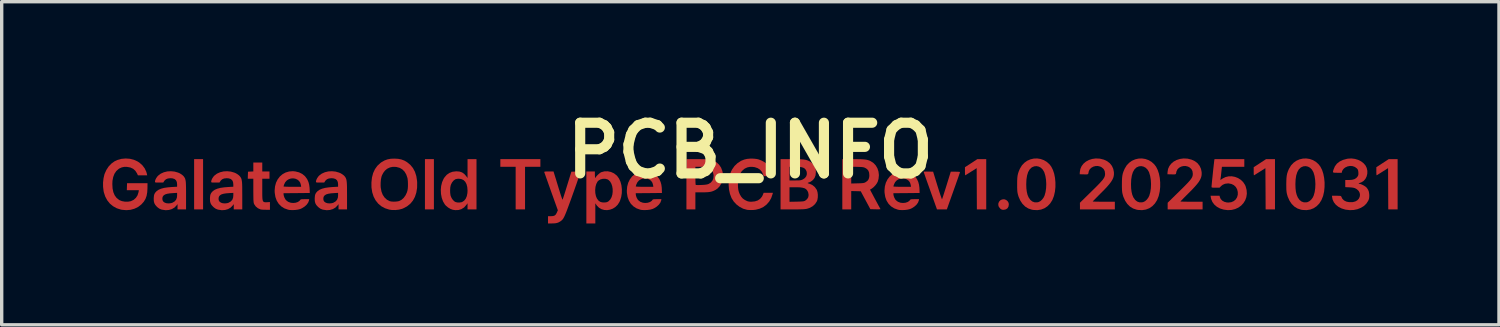
<source format=kicad_pcb>
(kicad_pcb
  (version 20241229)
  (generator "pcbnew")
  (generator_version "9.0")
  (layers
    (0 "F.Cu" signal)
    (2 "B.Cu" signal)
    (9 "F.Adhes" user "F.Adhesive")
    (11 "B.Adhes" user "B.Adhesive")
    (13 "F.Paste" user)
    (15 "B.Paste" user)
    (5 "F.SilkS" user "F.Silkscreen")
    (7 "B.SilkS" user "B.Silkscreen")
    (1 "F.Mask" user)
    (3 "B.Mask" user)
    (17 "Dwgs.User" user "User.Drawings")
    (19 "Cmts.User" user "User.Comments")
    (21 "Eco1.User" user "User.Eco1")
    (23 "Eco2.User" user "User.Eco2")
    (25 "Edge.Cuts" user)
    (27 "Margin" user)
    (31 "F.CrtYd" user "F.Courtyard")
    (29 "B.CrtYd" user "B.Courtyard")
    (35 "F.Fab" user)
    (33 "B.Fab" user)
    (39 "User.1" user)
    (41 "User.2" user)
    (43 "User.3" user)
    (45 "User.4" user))
  (footprint "PCB_INFO"
    (layer "F.Cu")
    (at 19.159 2.404)
    (property "Reference" "PCB_INFO" (at 0 -1 0) (layer "F.SilkS") (effects (font (size 1.5 1.5) (thickness 0.3))))
    (attr board_only exclude_from_pos_files exclude_from_bom)
    (fp_poly (pts (xy -16.198 -0.000001) (xy -16.198 0.744) (xy -16.33 0.744) (xy -16.463 0.744) (xy -16.463 -0.000001) (xy -16.463 -0.744) (xy -16.33 -0.744) (xy -16.198 -0.744)) (stroke (width 0) (type solid)) (fill yes) (layers "F.Cu" "F.Mask"))
    (fp_poly (pts (xy -9.366 -0.000001) (xy -9.366 0.744) (xy -9.498 0.744) (xy -9.631 0.744) (xy -9.631 -0.000001) (xy -9.631 -0.744) (xy -9.498 -0.744) (xy -9.366 -0.744)) (stroke (width 0) (type solid)) (fill yes) (layers "F.Cu" "F.Mask"))
    (fp_poly (pts (xy -6.214 -0.63) (xy -6.214 -0.517) (xy -6.441 -0.517) (xy -6.668 -0.517) (xy -6.668 0.113) (xy -6.668 0.744) (xy -6.807 0.744) (xy -6.946 0.744) (xy -6.946 0.113) (xy -6.946 -0.517) (xy -7.173 -0.517) (xy -7.399 -0.517) (xy -7.399 -0.63) (xy -7.399 -0.744) (xy -6.807 -0.744) (xy -6.214 -0.744)) (stroke (width 0) (type solid)) (fill yes) (layers "F.Cu" "F.Mask"))
    (fp_poly (pts (xy 7.518 0.445) (xy 7.572 0.464) (xy 7.616 0.501) (xy 7.644 0.549) (xy 7.652 0.593) (xy 7.642 0.659) (xy 7.613 0.709) (xy 7.567 0.742) (xy 7.505 0.756) (xy 7.494 0.756) (xy 7.453 0.753) (xy 7.42 0.738) (xy 7.392 0.715) (xy 7.355 0.667) (xy 7.34 0.615) (xy 7.343 0.562) (xy 7.364 0.514) (xy 7.4 0.475) (xy 7.448 0.451) (xy 7.506 0.444)) (stroke (width 0) (type solid)) (fill yes) (layers "F.Cu" "F.Mask"))
    (fp_poly (pts (xy 6.983 -0.000001) (xy 6.983 0.744) (xy 6.845 0.744) (xy 6.706 0.744) (xy 6.703 0.133) (xy 6.7 -0.477) (xy 6.533 -0.371) (xy 6.476 -0.335) (xy 6.426 -0.304) (xy 6.388 -0.28) (xy 6.365 -0.267) (xy 6.36 -0.265) (xy 6.357 -0.276) (xy 6.355 -0.308) (xy 6.353 -0.354) (xy 6.353 -0.385) (xy 6.353 -0.505) (xy 6.537 -0.624) (xy 6.72 -0.744) (xy 6.852 -0.744) (xy 6.983 -0.744)) (stroke (width 0) (type solid)) (fill yes) (layers "F.Cu" "F.Mask"))
    (fp_poly (pts (xy 15.53 -0.000001) (xy 15.53 0.744) (xy 15.391 0.744) (xy 15.253 0.744) (xy 15.25 0.133) (xy 15.246 -0.477) (xy 15.08 -0.371) (xy 15.023 -0.335) (xy 14.973 -0.304) (xy 14.935 -0.28) (xy 14.912 -0.267) (xy 14.907 -0.265) (xy 14.904 -0.276) (xy 14.901 -0.308) (xy 14.9 -0.354) (xy 14.9 -0.385) (xy 14.9 -0.505) (xy 15.083 -0.624) (xy 15.266 -0.744) (xy 15.398 -0.744) (xy 15.53 -0.744)) (stroke (width 0) (type solid)) (fill yes) (layers "F.Cu" "F.Mask"))
    (fp_poly (pts (xy 19.16 -0.000001) (xy 19.16 0.744) (xy 19.022 0.744) (xy 18.883 0.744) (xy 18.88 0.133) (xy 18.877 -0.477) (xy 18.71 -0.371) (xy 18.653 -0.335) (xy 18.603 -0.304) (xy 18.565 -0.28) (xy 18.542 -0.267) (xy 18.537 -0.265) (xy 18.534 -0.276) (xy 18.532 -0.308) (xy 18.53 -0.354) (xy 18.53 -0.385) (xy 18.53 -0.505) (xy 18.713 -0.624) (xy 18.897 -0.744) (xy 19.029 -0.744) (xy 19.16 -0.744)) (stroke (width 0) (type solid)) (fill yes) (layers "F.Cu" "F.Mask"))
    (fp_poly (pts (xy 5.271 -0.375) (xy 5.411 -0.372) (xy 5.538 0.041) (xy 5.568 0.137) (xy 5.596 0.225) (xy 5.621 0.302) (xy 5.643 0.365) (xy 5.659 0.411) (xy 5.67 0.438) (xy 5.674 0.444) (xy 5.68 0.43) (xy 5.692 0.395) (xy 5.71 0.342) (xy 5.732 0.273) (xy 5.758 0.191) (xy 5.787 0.1) (xy 5.808 0.032) (xy 5.933 -0.372) (xy 6.071 -0.372) (xy 6.132 -0.371) (xy 6.172 -0.369) (xy 6.195 -0.366) (xy 6.204 -0.359) (xy 6.205 -0.353) (xy 6.2 -0.337) (xy 6.187 -0.301) (xy 6.168 -0.245) (xy 6.143 -0.173) (xy 6.113 -0.088) (xy 6.079 0.009) (xy 6.041 0.115) (xy 6.009 0.205) (xy 5.817 0.744) (xy 5.671 0.744) (xy 5.525 0.744) (xy 5.328 0.192) (xy 5.288 0.079) (xy 5.25 -0.026) (xy 5.216 -0.121) (xy 5.187 -0.204) (xy 5.163 -0.273) (xy 5.145 -0.325) (xy 5.134 -0.358) (xy 5.13 -0.37) (xy 5.142 -0.373) (xy 5.174 -0.375) (xy 5.221 -0.376)) (stroke (width 0) (type solid)) (fill yes) (layers "F.Cu" "F.Mask"))
    (fp_poly (pts (xy -14.446 -0.511) (xy -14.446 -0.378) (xy -14.339 -0.378) (xy -14.232 -0.378) (xy -14.232 -0.271) (xy -14.232 -0.164) (xy -14.339 -0.164) (xy -14.446 -0.164) (xy -14.446 0.158) (xy -14.446 0.266) (xy -14.445 0.351) (xy -14.442 0.416) (xy -14.436 0.464) (xy -14.425 0.497) (xy -14.409 0.518) (xy -14.385 0.529) (xy -14.354 0.533) (xy -14.314 0.532) (xy -14.273 0.53) (xy -14.219 0.527) (xy -14.219 0.642) (xy -14.219 0.756) (xy -14.342 0.755) (xy -14.399 0.754) (xy -14.449 0.751) (xy -14.485 0.747) (xy -14.496 0.745) (xy -14.576 0.709) (xy -14.64 0.656) (xy -14.686 0.589) (xy -14.691 0.577) (xy -14.697 0.559) (xy -14.702 0.533) (xy -14.705 0.498) (xy -14.708 0.451) (xy -14.709 0.387) (xy -14.71 0.305) (xy -14.711 0.201) (xy -14.711 0.183) (xy -14.711 -0.164) (xy -14.793 -0.164) (xy -14.875 -0.164) (xy -14.872 -0.268) (xy -14.868 -0.372) (xy -14.789 -0.376) (xy -14.711 -0.379) (xy -14.711 -0.511) (xy -14.711 -0.643) (xy -14.578 -0.643) (xy -14.446 -0.643)) (stroke (width 0) (type solid)) (fill yes) (layers "F.Cu" "F.Mask"))
    (fp_poly (pts (xy -1.487 -0.743) (xy -1.401 -0.742) (xy -1.324 -0.74) (xy -1.26 -0.737) (xy -1.214 -0.733) (xy -1.196 -0.731) (xy -1.089 -0.699) (xy -0.998 -0.648) (xy -0.923 -0.578) (xy -0.865 -0.491) (xy -0.827 -0.388) (xy -0.817 -0.342) (xy -0.809 -0.233) (xy -0.822 -0.128) (xy -0.854 -0.031) (xy -0.904 0.055) (xy -0.97 0.126) (xy -1.034 0.169) (xy -1.085 0.194) (xy -1.135 0.213) (xy -1.19 0.226) (xy -1.254 0.234) (xy -1.333 0.238) (xy -1.428 0.239) (xy -1.626 0.24) (xy -1.626 0.492) (xy -1.626 0.744) (xy -1.758 0.744) (xy -1.891 0.744) (xy -1.891 -0.000001) (xy -1.891 -0.254) (xy -1.626 -0.254) (xy -1.626 -0.175) (xy -1.624 -0.105) (xy -1.623 -0.047) (xy -1.62 -0.005) (xy -1.617 0.016) (xy -1.617 0.018) (xy -1.601 0.022) (xy -1.566 0.023) (xy -1.515 0.023) (xy -1.455 0.022) (xy -1.447 0.021) (xy -1.368 0.017) (xy -1.308 0.01) (xy -1.264 0.001) (xy -1.233 -0.01) (xy -1.168 -0.051) (xy -1.121 -0.109) (xy -1.093 -0.18) (xy -1.087 -0.261) (xy -1.089 -0.282) (xy -1.109 -0.364) (xy -1.148 -0.428) (xy -1.205 -0.476) (xy -1.272 -0.504) (xy -1.302 -0.509) (xy -1.351 -0.513) (xy -1.411 -0.516) (xy -1.472 -0.517) (xy -1.626 -0.517) (xy -1.626 -0.254) (xy -1.891 -0.254) (xy -1.891 -0.744) (xy -1.577 -0.744)) (stroke (width 0) (type solid)) (fill yes) (layers "F.Cu" "F.Mask"))
    (fp_poly (pts (xy -8.105 -0.000001) (xy -8.105 0.744) (xy -8.238 0.744) (xy -8.37 0.744) (xy -8.37 0.654) (xy -8.37 0.563) (xy -8.406 0.613) (xy -8.472 0.686) (xy -8.549 0.735) (xy -8.636 0.762) (xy -8.733 0.766) (xy -8.806 0.755) (xy -8.875 0.73) (xy -8.946 0.688) (xy -9.009 0.635) (xy -9.041 0.599) (xy -9.096 0.507) (xy -9.134 0.401) (xy -9.156 0.286) (xy -9.161 0.174) (xy -8.886 0.174) (xy -8.884 0.255) (xy -8.874 0.327) (xy -8.868 0.348) (xy -8.842 0.408) (xy -8.804 0.463) (xy -8.76 0.506) (xy -8.73 0.524) (xy -8.678 0.538) (xy -8.616 0.541) (xy -8.556 0.533) (xy -8.53 0.525) (xy -8.472 0.487) (xy -8.425 0.429) (xy -8.392 0.353) (xy -8.374 0.261) (xy -8.37 0.189) (xy -8.378 0.082) (xy -8.401 -0.006) (xy -8.439 -0.076) (xy -8.492 -0.126) (xy -8.558 -0.155) (xy -8.628 -0.164) (xy -8.674 -0.161) (xy -8.716 -0.152) (xy -8.734 -0.146) (xy -8.785 -0.108) (xy -8.83 -0.052) (xy -8.862 0.012) (xy -8.867 0.027) (xy -8.881 0.094) (xy -8.886 0.174) (xy -9.161 0.174) (xy -9.162 0.168) (xy -9.151 0.05) (xy -9.123 -0.062) (xy -9.079 -0.162) (xy -9.054 -0.201) (xy -8.986 -0.28) (xy -8.905 -0.336) (xy -8.813 -0.37) (xy -8.707 -0.383) (xy -8.698 -0.383) (xy -8.608 -0.376) (xy -8.533 -0.351) (xy -8.469 -0.307) (xy -8.41 -0.24) (xy -8.406 -0.235) (xy -8.37 -0.185) (xy -8.37 -0.465) (xy -8.37 -0.744) (xy -8.238 -0.744) (xy -8.105 -0.744)) (stroke (width 0) (type solid)) (fill yes) (layers "F.Cu" "F.Mask"))
    (fp_poly (pts (xy 10.336 -0.759) (xy 10.355 -0.756) (xy 10.467 -0.728) (xy 10.563 -0.682) (xy 10.642 -0.621) (xy 10.703 -0.544) (xy 10.743 -0.455) (xy 10.762 -0.358) (xy 10.763 -0.3) (xy 10.757 -0.244) (xy 10.742 -0.189) (xy 10.715 -0.132) (xy 10.677 -0.07) (xy 10.625 -0.002) (xy 10.558 0.076) (xy 10.474 0.165) (xy 10.378 0.261) (xy 10.314 0.325) (xy 10.257 0.383) (xy 10.208 0.433) (xy 10.169 0.472) (xy 10.144 0.498) (xy 10.135 0.51) (xy 10.135 0.51) (xy 10.147 0.512) (xy 10.181 0.513) (xy 10.233 0.515) (xy 10.301 0.516) (xy 10.381 0.517) (xy 10.463 0.517) (xy 10.79 0.517) (xy 10.79 0.63) (xy 10.79 0.744) (xy 10.273 0.744) (xy 9.757 0.744) (xy 9.757 0.646) (xy 9.756 0.548) (xy 10.096 0.214) (xy 10.193 0.119) (xy 10.273 0.039) (xy 10.338 -0.028) (xy 10.389 -0.084) (xy 10.429 -0.13) (xy 10.457 -0.17) (xy 10.477 -0.204) (xy 10.49 -0.235) (xy 10.497 -0.265) (xy 10.5 -0.296) (xy 10.5 -0.315) (xy 10.49 -0.39) (xy 10.458 -0.451) (xy 10.405 -0.498) (xy 10.359 -0.523) (xy 10.289 -0.54) (xy 10.219 -0.539) (xy 10.152 -0.521) (xy 10.093 -0.488) (xy 10.047 -0.443) (xy 10.019 -0.387) (xy 10.015 -0.368) (xy 10.008 -0.333) (xy 10.001 -0.31) (xy 9.987 -0.297) (xy 9.962 -0.292) (xy 9.92 -0.291) (xy 9.873 -0.293) (xy 9.75 -0.296) (xy 9.753 -0.362) (xy 9.769 -0.454) (xy 9.806 -0.537) (xy 9.862 -0.61) (xy 9.935 -0.671) (xy 10.021 -0.718) (xy 10.118 -0.749) (xy 10.224 -0.764)) (stroke (width 0) (type solid)) (fill yes) (layers "F.Cu" "F.Mask"))
    (fp_poly (pts (xy 12.932 -0.759) (xy 12.952 -0.756) (xy 13.063 -0.728) (xy 13.16 -0.682) (xy 13.239 -0.621) (xy 13.299 -0.544) (xy 13.34 -0.455) (xy 13.359 -0.358) (xy 13.36 -0.3) (xy 13.354 -0.244) (xy 13.338 -0.189) (xy 13.312 -0.132) (xy 13.274 -0.07) (xy 13.222 -0.002) (xy 13.154 0.076) (xy 13.071 0.165) (xy 12.975 0.261) (xy 12.911 0.325) (xy 12.853 0.383) (xy 12.804 0.433) (xy 12.766 0.472) (xy 12.741 0.498) (xy 12.732 0.51) (xy 12.732 0.51) (xy 12.744 0.512) (xy 12.778 0.513) (xy 12.83 0.515) (xy 12.898 0.516) (xy 12.978 0.517) (xy 13.059 0.517) (xy 13.387 0.517) (xy 13.387 0.63) (xy 13.387 0.744) (xy 12.87 0.744) (xy 12.353 0.744) (xy 12.353 0.646) (xy 12.353 0.548) (xy 12.693 0.214) (xy 12.79 0.119) (xy 12.87 0.039) (xy 12.935 -0.028) (xy 12.986 -0.084) (xy 13.025 -0.13) (xy 13.054 -0.17) (xy 13.074 -0.204) (xy 13.087 -0.235) (xy 13.094 -0.265) (xy 13.097 -0.296) (xy 13.097 -0.315) (xy 13.087 -0.39) (xy 13.055 -0.451) (xy 13.002 -0.498) (xy 12.955 -0.523) (xy 12.886 -0.54) (xy 12.816 -0.539) (xy 12.748 -0.521) (xy 12.69 -0.488) (xy 12.644 -0.443) (xy 12.616 -0.387) (xy 12.611 -0.368) (xy 12.605 -0.333) (xy 12.598 -0.31) (xy 12.584 -0.297) (xy 12.558 -0.292) (xy 12.517 -0.291) (xy 12.47 -0.293) (xy 12.347 -0.296) (xy 12.35 -0.362) (xy 12.365 -0.454) (xy 12.403 -0.537) (xy 12.459 -0.61) (xy 12.531 -0.671) (xy 12.618 -0.718) (xy 12.715 -0.749) (xy 12.821 -0.764)) (stroke (width 0) (type solid)) (fill yes) (layers "F.Cu" "F.Mask"))
    (fp_poly (pts (xy -4.125 -0.364) (xy -4.035 -0.323) (xy -3.956 -0.261) (xy -3.942 -0.247) (xy -3.886 -0.169) (xy -3.843 -0.074) (xy -3.815 0.032) (xy -3.802 0.146) (xy -3.804 0.263) (xy -3.822 0.377) (xy -3.856 0.485) (xy -3.876 0.529) (xy -3.929 0.61) (xy -3.995 0.674) (xy -4.071 0.722) (xy -4.153 0.752) (xy -4.239 0.766) (xy -4.324 0.761) (xy -4.404 0.738) (xy -4.477 0.696) (xy -4.539 0.635) (xy -4.553 0.615) (xy -4.588 0.563) (xy -4.588 0.862) (xy -4.588 1.16) (xy -4.721 1.16) (xy -4.853 1.16) (xy -4.853 0.391) (xy -4.853 0.168) (xy -4.592 0.168) (xy -4.588 0.262) (xy -4.57 0.35) (xy -4.542 0.418) (xy -4.499 0.479) (xy -4.447 0.518) (xy -4.383 0.537) (xy -4.322 0.539) (xy -4.271 0.535) (xy -4.234 0.525) (xy -4.202 0.507) (xy -4.192 0.499) (xy -4.143 0.448) (xy -4.107 0.382) (xy -4.084 0.306) (xy -4.074 0.223) (xy -4.075 0.139) (xy -4.088 0.058) (xy -4.113 -0.017) (xy -4.149 -0.08) (xy -4.197 -0.127) (xy -4.231 -0.147) (xy -4.297 -0.163) (xy -4.367 -0.161) (xy -4.434 -0.144) (xy -4.491 -0.111) (xy -4.524 -0.078) (xy -4.56 -0.008) (xy -4.583 0.076) (xy -4.592 0.168) (xy -4.853 0.168) (xy -4.853 -0.378) (xy -4.727 -0.378) (xy -4.601 -0.378) (xy -4.601 -0.284) (xy -4.599 -0.236) (xy -4.595 -0.203) (xy -4.589 -0.189) (xy -4.588 -0.189) (xy -4.576 -0.198) (xy -4.576 -0.2) (xy -4.567 -0.22) (xy -4.543 -0.25) (xy -4.51 -0.283) (xy -4.473 -0.316) (xy -4.438 -0.343) (xy -4.413 -0.357) (xy -4.318 -0.382) (xy -4.221 -0.384)) (stroke (width 0) (type solid)) (fill yes) (layers "F.Cu" "F.Mask"))
    (fp_poly (pts (xy -5.787 -0.255) (xy -5.772 -0.207) (xy -5.751 -0.141) (xy -5.727 -0.06) (xy -5.7 0.028) (xy -5.672 0.12) (xy -5.657 0.167) (xy -5.632 0.248) (xy -5.609 0.321) (xy -5.589 0.381) (xy -5.573 0.425) (xy -5.562 0.451) (xy -5.558 0.457) (xy -5.552 0.443) (xy -5.54 0.408) (xy -5.522 0.354) (xy -5.5 0.285) (xy -5.474 0.203) (xy -5.446 0.112) (xy -5.423 0.038) (xy -5.297 -0.372) (xy -5.168 -0.375) (xy -5.113 -0.376) (xy -5.067 -0.375) (xy -5.037 -0.372) (xy -5.029 -0.369) (xy -5.031 -0.356) (xy -5.041 -0.321) (xy -5.059 -0.267) (xy -5.082 -0.195) (xy -5.112 -0.109) (xy -5.146 -0.01) (xy -5.185 0.1) (xy -5.227 0.219) (xy -5.255 0.297) (xy -5.309 0.448) (xy -5.356 0.576) (xy -5.396 0.685) (xy -5.43 0.776) (xy -5.459 0.85) (xy -5.485 0.911) (xy -5.507 0.959) (xy -5.527 0.997) (xy -5.546 1.027) (xy -5.565 1.05) (xy -5.584 1.069) (xy -5.604 1.085) (xy -5.624 1.099) (xy -5.672 1.127) (xy -5.721 1.145) (xy -5.779 1.156) (xy -5.852 1.159) (xy -5.877 1.16) (xy -5.988 1.16) (xy -5.988 1.053) (xy -5.988 0.945) (xy -5.901 0.945) (xy -5.838 0.941) (xy -5.793 0.926) (xy -5.759 0.896) (xy -5.731 0.848) (xy -5.725 0.833) (xy -5.697 0.77) (xy -5.895 0.218) (xy -5.935 0.105) (xy -5.973 -0.001) (xy -6.007 -0.098) (xy -6.037 -0.183) (xy -6.062 -0.254) (xy -6.081 -0.308) (xy -6.094 -0.343) (xy -6.098 -0.356) (xy -6.098 -0.366) (xy -6.091 -0.372) (xy -6.072 -0.376) (xy -6.036 -0.378) (xy -5.98 -0.378) (xy -5.964 -0.378) (xy -5.825 -0.378)) (stroke (width 0) (type solid)) (fill yes) (layers "F.Cu" "F.Mask"))
    (fp_poly (pts (xy 3.16 -0.743) (xy 3.254 -0.742) (xy 3.33 -0.738) (xy 3.391 -0.733) (xy 3.441 -0.726) (xy 3.484 -0.715) (xy 3.523 -0.702) (xy 3.56 -0.684) (xy 3.561 -0.684) (xy 3.645 -0.629) (xy 3.713 -0.557) (xy 3.763 -0.471) (xy 3.794 -0.375) (xy 3.806 -0.272) (xy 3.796 -0.164) (xy 3.775 -0.085) (xy 3.748 -0.031) (xy 3.706 0.027) (xy 3.655 0.081) (xy 3.603 0.123) (xy 3.595 0.128) (xy 3.566 0.145) (xy 3.547 0.157) (xy 3.544 0.159) (xy 3.549 0.17) (xy 3.564 0.199) (xy 3.588 0.244) (xy 3.618 0.3) (xy 3.652 0.365) (xy 3.689 0.434) (xy 3.727 0.504) (xy 3.764 0.572) (xy 3.797 0.634) (xy 3.826 0.686) (xy 3.848 0.726) (xy 3.854 0.735) (xy 3.844 0.738) (xy 3.814 0.741) (xy 3.768 0.742) (xy 3.71 0.741) (xy 3.706 0.741) (xy 3.553 0.737) (xy 3.411 0.473) (xy 3.269 0.208) (xy 3.128 0.204) (xy 2.987 0.201) (xy 2.987 0.472) (xy 2.987 0.744) (xy 2.855 0.744) (xy 2.723 0.744) (xy 2.723 -0.000001) (xy 2.723 -0.271) (xy 2.987 -0.271) (xy 2.987 -0.022) (xy 3.173 -0.027) (xy 3.247 -0.029) (xy 3.301 -0.032) (xy 3.34 -0.036) (xy 3.369 -0.042) (xy 3.393 -0.051) (xy 3.415 -0.063) (xy 3.469 -0.103) (xy 3.503 -0.152) (xy 3.52 -0.215) (xy 3.523 -0.265) (xy 3.516 -0.343) (xy 3.494 -0.403) (xy 3.454 -0.45) (xy 3.409 -0.479) (xy 3.382 -0.492) (xy 3.356 -0.501) (xy 3.324 -0.507) (xy 3.283 -0.511) (xy 3.225 -0.513) (xy 3.168 -0.515) (xy 2.987 -0.519) (xy 2.987 -0.271) (xy 2.723 -0.271) (xy 2.723 -0.744) (xy 3.044 -0.744)) (stroke (width 0) (type solid)) (fill yes) (layers "F.Cu" "F.Mask"))
    (fp_poly (pts (xy -18.363 -0.754) (xy -18.243 -0.724) (xy -18.133 -0.673) (xy -18.08 -0.638) (xy -17.995 -0.562) (xy -17.927 -0.472) (xy -17.88 -0.373) (xy -17.864 -0.318) (xy -17.852 -0.265) (xy -17.989 -0.265) (xy -18.127 -0.265) (xy -18.152 -0.32) (xy -18.202 -0.398) (xy -18.267 -0.457) (xy -18.347 -0.495) (xy -18.442 -0.513) (xy -18.448 -0.514) (xy -18.534 -0.514) (xy -18.606 -0.499) (xy -18.674 -0.468) (xy -18.697 -0.453) (xy -18.766 -0.392) (xy -18.82 -0.313) (xy -18.858 -0.215) (xy -18.88 -0.101) (xy -18.884 -0.006) (xy -18.877 0.124) (xy -18.854 0.235) (xy -18.815 0.327) (xy -18.76 0.402) (xy -18.688 0.46) (xy -18.667 0.473) (xy -18.596 0.5) (xy -18.512 0.515) (xy -18.425 0.516) (xy -18.345 0.503) (xy -18.332 0.499) (xy -18.251 0.46) (xy -18.186 0.401) (xy -18.138 0.327) (xy -18.11 0.239) (xy -18.108 0.23) (xy -18.099 0.176) (xy -18.277 0.176) (xy -18.455 0.176) (xy -18.452 0.072) (xy -18.448 -0.032) (xy -18.146 -0.032) (xy -17.843 -0.032) (xy -17.844 0.113) (xy -17.851 0.237) (xy -17.87 0.343) (xy -17.903 0.434) (xy -17.952 0.515) (xy -18.019 0.591) (xy -18.027 0.599) (xy -18.12 0.671) (xy -18.227 0.723) (xy -18.344 0.756) (xy -18.468 0.767) (xy -18.596 0.756) (xy -18.629 0.75) (xy -18.752 0.711) (xy -18.861 0.651) (xy -18.956 0.573) (xy -19.034 0.476) (xy -19.094 0.364) (xy -19.136 0.236) (xy -19.143 0.199) (xy -19.158 0.077) (xy -19.159 -0.051) (xy -19.145 -0.176) (xy -19.119 -0.289) (xy -19.114 -0.305) (xy -19.061 -0.423) (xy -18.993 -0.527) (xy -18.909 -0.614) (xy -18.814 -0.682) (xy -18.736 -0.718) (xy -18.614 -0.752) (xy -18.488 -0.763)) (stroke (width 0) (type solid)) (fill yes) (layers "F.Cu" "F.Mask"))
    (fp_poly (pts (xy -13.469 -0.38) (xy -13.357 -0.352) (xy -13.262 -0.305) (xy -13.182 -0.239) (xy -13.121 -0.157) (xy -13.113 -0.142) (xy -13.079 -0.066) (xy -13.058 0.013) (xy -13.046 0.103) (xy -13.043 0.158) (xy -13.04 0.258) (xy -13.428 0.262) (xy -13.816 0.265) (xy -13.816 0.295) (xy -13.808 0.343) (xy -13.788 0.399) (xy -13.76 0.449) (xy -13.743 0.471) (xy -13.681 0.519) (xy -13.604 0.547) (xy -13.532 0.554) (xy -13.459 0.547) (xy -13.396 0.526) (xy -13.348 0.495) (xy -13.33 0.474) (xy -13.319 0.459) (xy -13.306 0.449) (xy -13.285 0.444) (xy -13.252 0.442) (xy -13.2 0.441) (xy -13.182 0.441) (xy -13.056 0.441) (xy -13.064 0.482) (xy -13.088 0.544) (xy -13.132 0.605) (xy -13.194 0.661) (xy -13.268 0.708) (xy -13.32 0.732) (xy -13.388 0.75) (xy -13.47 0.761) (xy -13.556 0.765) (xy -13.636 0.761) (xy -13.684 0.752) (xy -13.792 0.713) (xy -13.885 0.654) (xy -13.96 0.578) (xy -14.018 0.485) (xy -14.057 0.377) (xy -14.077 0.254) (xy -14.08 0.189) (xy -14.069 0.066) (xy -14.069 0.065) (xy -13.816 0.065) (xy -13.804 0.068) (xy -13.77 0.071) (xy -13.719 0.073) (xy -13.654 0.075) (xy -13.578 0.076) (xy -13.556 0.076) (xy -13.295 0.076) (xy -13.302 0.024) (xy -13.322 -0.045) (xy -13.359 -0.099) (xy -13.409 -0.139) (xy -13.468 -0.165) (xy -13.533 -0.175) (xy -13.599 -0.17) (xy -13.662 -0.149) (xy -13.719 -0.113) (xy -13.766 -0.061) (xy -13.796 -0.001) (xy -13.808 0.034) (xy -13.815 0.059) (xy -13.816 0.065) (xy -14.069 0.065) (xy -14.039 -0.046) (xy -13.99 -0.145) (xy -13.925 -0.23) (xy -13.846 -0.298) (xy -13.755 -0.348) (xy -13.653 -0.378) (xy -13.543 -0.387)) (stroke (width 0) (type solid)) (fill yes) (layers "F.Cu" "F.Mask"))
    (fp_poly (pts (xy -3.044 -0.38) (xy -2.933 -0.352) (xy -2.837 -0.305) (xy -2.758 -0.239) (xy -2.696 -0.157) (xy -2.688 -0.142) (xy -2.655 -0.066) (xy -2.633 0.013) (xy -2.621 0.103) (xy -2.619 0.158) (xy -2.616 0.258) (xy -3.003 0.262) (xy -3.391 0.265) (xy -3.391 0.295) (xy -3.383 0.343) (xy -3.363 0.399) (xy -3.335 0.449) (xy -3.318 0.471) (xy -3.256 0.519) (xy -3.18 0.547) (xy -3.107 0.554) (xy -3.035 0.547) (xy -2.971 0.526) (xy -2.923 0.495) (xy -2.905 0.474) (xy -2.894 0.459) (xy -2.881 0.449) (xy -2.861 0.444) (xy -2.827 0.442) (xy -2.775 0.441) (xy -2.758 0.441) (xy -2.631 0.441) (xy -2.639 0.482) (xy -2.663 0.544) (xy -2.708 0.605) (xy -2.769 0.661) (xy -2.843 0.708) (xy -2.896 0.732) (xy -2.963 0.75) (xy -3.045 0.761) (xy -3.131 0.765) (xy -3.211 0.761) (xy -3.259 0.752) (xy -3.368 0.713) (xy -3.46 0.654) (xy -3.536 0.578) (xy -3.593 0.485) (xy -3.633 0.377) (xy -3.653 0.254) (xy -3.655 0.189) (xy -3.645 0.066) (xy -3.644 0.065) (xy -3.391 0.065) (xy -3.379 0.068) (xy -3.345 0.071) (xy -3.294 0.073) (xy -3.229 0.075) (xy -3.153 0.076) (xy -3.131 0.076) (xy -2.871 0.076) (xy -2.878 0.024) (xy -2.898 -0.045) (xy -2.935 -0.099) (xy -2.985 -0.139) (xy -3.044 -0.165) (xy -3.108 -0.175) (xy -3.174 -0.17) (xy -3.237 -0.149) (xy -3.295 -0.113) (xy -3.341 -0.061) (xy -3.371 -0.001) (xy -3.383 0.034) (xy -3.39 0.059) (xy -3.391 0.065) (xy -3.644 0.065) (xy -3.614 -0.046) (xy -3.565 -0.145) (xy -3.501 -0.23) (xy -3.421 -0.298) (xy -3.33 -0.348) (xy -3.228 -0.378) (xy -3.118 -0.387)) (stroke (width 0) (type solid)) (fill yes) (layers "F.Cu" "F.Mask"))
    (fp_poly (pts (xy 0.104 -0.758) (xy 0.198 -0.747) (xy 0.252 -0.733) (xy 0.332 -0.701) (xy 0.412 -0.658) (xy 0.479 -0.61) (xy 0.49 -0.601) (xy 0.54 -0.544) (xy 0.587 -0.47) (xy 0.626 -0.385) (xy 0.656 -0.295) (xy 0.661 -0.274) (xy 0.669 -0.24) (xy 0.532 -0.24) (xy 0.395 -0.24) (xy 0.38 -0.288) (xy 0.344 -0.366) (xy 0.289 -0.43) (xy 0.217 -0.477) (xy 0.13 -0.506) (xy 0.069 -0.514) (xy -0.016 -0.514) (xy -0.089 -0.499) (xy -0.156 -0.468) (xy -0.18 -0.453) (xy -0.249 -0.392) (xy -0.303 -0.313) (xy -0.341 -0.215) (xy -0.362 -0.101) (xy -0.367 -0.006) (xy -0.364 0.09) (xy -0.355 0.169) (xy -0.337 0.236) (xy -0.31 0.3) (xy -0.309 0.302) (xy -0.268 0.371) (xy -0.223 0.422) (xy -0.165 0.463) (xy -0.136 0.478) (xy -0.087 0.501) (xy -0.043 0.512) (xy 0.007 0.517) (xy 0.031 0.517) (xy 0.134 0.507) (xy 0.221 0.479) (xy 0.291 0.431) (xy 0.345 0.366) (xy 0.367 0.322) (xy 0.395 0.252) (xy 0.532 0.252) (xy 0.669 0.252) (xy 0.66 0.287) (xy 0.619 0.407) (xy 0.559 0.512) (xy 0.481 0.601) (xy 0.387 0.672) (xy 0.278 0.723) (xy 0.157 0.754) (xy 0.078 0.762) (xy 0.017 0.763) (xy -0.044 0.761) (xy -0.094 0.757) (xy -0.101 0.755) (xy -0.211 0.724) (xy -0.315 0.67) (xy -0.41 0.598) (xy -0.491 0.511) (xy -0.554 0.412) (xy -0.558 0.403) (xy -0.603 0.284) (xy -0.631 0.154) (xy -0.642 0.019) (xy -0.637 -0.117) (xy -0.614 -0.247) (xy -0.575 -0.367) (xy -0.542 -0.435) (xy -0.469 -0.539) (xy -0.379 -0.625) (xy -0.275 -0.693) (xy -0.178 -0.732) (xy -0.094 -0.751) (xy 0.004 -0.76)) (stroke (width 0) (type solid)) (fill yes) (layers "F.Cu" "F.Mask"))
    (fp_poly (pts (xy 4.582 -0.38) (xy 4.694 -0.352) (xy 4.789 -0.305) (xy 4.869 -0.239) (xy 4.93 -0.157) (xy 4.938 -0.142) (xy 4.972 -0.066) (xy 4.993 0.013) (xy 5.005 0.103) (xy 5.008 0.158) (xy 5.011 0.258) (xy 4.623 0.262) (xy 4.235 0.265) (xy 4.235 0.295) (xy 4.243 0.343) (xy 4.263 0.399) (xy 4.291 0.449) (xy 4.308 0.471) (xy 4.37 0.519) (xy 4.447 0.547) (xy 4.519 0.554) (xy 4.592 0.547) (xy 4.655 0.526) (xy 4.703 0.495) (xy 4.721 0.474) (xy 4.732 0.459) (xy 4.745 0.449) (xy 4.766 0.444) (xy 4.799 0.442) (xy 4.851 0.441) (xy 4.869 0.441) (xy 4.995 0.441) (xy 4.987 0.482) (xy 4.963 0.544) (xy 4.919 0.605) (xy 4.857 0.661) (xy 4.784 0.708) (xy 4.731 0.732) (xy 4.663 0.75) (xy 4.581 0.761) (xy 4.495 0.765) (xy 4.415 0.761) (xy 4.367 0.752) (xy 4.259 0.713) (xy 4.166 0.654) (xy 4.091 0.578) (xy 4.033 0.485) (xy 3.994 0.377) (xy 3.974 0.254) (xy 3.971 0.189) (xy 3.982 0.066) (xy 3.982 0.065) (xy 4.235 0.065) (xy 4.247 0.068) (xy 4.281 0.071) (xy 4.332 0.073) (xy 4.397 0.075) (xy 4.473 0.076) (xy 4.496 0.076) (xy 4.756 0.076) (xy 4.749 0.024) (xy 4.729 -0.045) (xy 4.692 -0.099) (xy 4.642 -0.139) (xy 4.583 -0.165) (xy 4.518 -0.175) (xy 4.452 -0.17) (xy 4.389 -0.149) (xy 4.332 -0.113) (xy 4.285 -0.061) (xy 4.255 -0.001) (xy 4.243 0.034) (xy 4.236 0.059) (xy 4.235 0.065) (xy 3.982 0.065) (xy 4.012 -0.046) (xy 4.061 -0.145) (xy 4.126 -0.23) (xy 4.205 -0.298) (xy 4.296 -0.348) (xy 4.398 -0.378) (xy 4.509 -0.387)) (stroke (width 0) (type solid)) (fill yes) (layers "F.Cu" "F.Mask"))
    (fp_poly (pts (xy 8.59 -0.749) (xy 8.686 -0.715) (xy 8.776 -0.662) (xy 8.856 -0.59) (xy 8.908 -0.521) (xy 8.956 -0.426) (xy 8.994 -0.313) (xy 9.019 -0.187) (xy 9.031 -0.054) (xy 9.031 0.081) (xy 9.017 0.214) (xy 8.989 0.339) (xy 8.986 0.35) (xy 8.939 0.469) (xy 8.875 0.569) (xy 8.798 0.649) (xy 8.708 0.71) (xy 8.606 0.749) (xy 8.496 0.766) (xy 8.377 0.76) (xy 8.332 0.752) (xy 8.228 0.717) (xy 8.136 0.66) (xy 8.057 0.582) (xy 7.992 0.485) (xy 7.941 0.37) (xy 7.927 0.324) (xy 7.916 0.283) (xy 7.908 0.244) (xy 7.903 0.202) (xy 7.9 0.152) (xy 7.898 0.088) (xy 7.898 0.005) (xy 7.898 -0.000001) (xy 8.167 -0.000001) (xy 8.171 0.123) (xy 8.184 0.225) (xy 8.205 0.312) (xy 8.237 0.388) (xy 8.241 0.394) (xy 8.29 0.464) (xy 8.349 0.511) (xy 8.417 0.535) (xy 8.492 0.535) (xy 8.528 0.528) (xy 8.583 0.501) (xy 8.635 0.455) (xy 8.68 0.395) (xy 8.709 0.336) (xy 8.738 0.233) (xy 8.755 0.116) (xy 8.76 -0.007) (xy 8.753 -0.13) (xy 8.734 -0.246) (xy 8.704 -0.347) (xy 8.698 -0.363) (xy 8.656 -0.434) (xy 8.602 -0.488) (xy 8.539 -0.522) (xy 8.471 -0.537) (xy 8.402 -0.53) (xy 8.335 -0.501) (xy 8.323 -0.493) (xy 8.267 -0.437) (xy 8.223 -0.359) (xy 8.192 -0.26) (xy 8.173 -0.14) (xy 8.167 -0.000001) (xy 7.898 -0.000001) (xy 7.899 -0.103) (xy 7.903 -0.187) (xy 7.911 -0.256) (xy 7.925 -0.318) (xy 7.944 -0.377) (xy 7.97 -0.439) (xy 7.981 -0.463) (xy 8.039 -0.559) (xy 8.112 -0.636) (xy 8.196 -0.696) (xy 8.29 -0.737) (xy 8.388 -0.76) (xy 8.49 -0.764)) (stroke (width 0) (type solid)) (fill yes) (layers "F.Cu" "F.Mask"))
    (fp_poly (pts (xy 11.691 -0.749) (xy 11.787 -0.715) (xy 11.877 -0.662) (xy 11.956 -0.59) (xy 12.009 -0.521) (xy 12.057 -0.426) (xy 12.095 -0.313) (xy 12.12 -0.187) (xy 12.132 -0.054) (xy 12.132 0.081) (xy 12.118 0.214) (xy 12.09 0.339) (xy 12.087 0.35) (xy 12.04 0.469) (xy 11.976 0.569) (xy 11.899 0.649) (xy 11.809 0.71) (xy 11.707 0.749) (xy 11.597 0.766) (xy 11.478 0.76) (xy 11.433 0.752) (xy 11.329 0.717) (xy 11.237 0.66) (xy 11.158 0.582) (xy 11.093 0.485) (xy 11.042 0.37) (xy 11.028 0.324) (xy 11.017 0.283) (xy 11.009 0.244) (xy 11.004 0.202) (xy 11.001 0.152) (xy 10.999 0.088) (xy 10.999 0.005) (xy 10.999 -0.000001) (xy 11.268 -0.000001) (xy 11.272 0.123) (xy 11.285 0.225) (xy 11.306 0.312) (xy 11.338 0.388) (xy 11.342 0.394) (xy 11.391 0.464) (xy 11.45 0.511) (xy 11.518 0.535) (xy 11.593 0.535) (xy 11.628 0.528) (xy 11.684 0.501) (xy 11.736 0.455) (xy 11.781 0.395) (xy 11.81 0.336) (xy 11.839 0.233) (xy 11.856 0.116) (xy 11.861 -0.007) (xy 11.854 -0.13) (xy 11.835 -0.246) (xy 11.805 -0.347) (xy 11.799 -0.363) (xy 11.757 -0.434) (xy 11.703 -0.488) (xy 11.64 -0.522) (xy 11.572 -0.537) (xy 11.503 -0.53) (xy 11.436 -0.501) (xy 11.424 -0.493) (xy 11.368 -0.437) (xy 11.324 -0.359) (xy 11.293 -0.26) (xy 11.274 -0.14) (xy 11.268 -0.000001) (xy 10.999 -0.000001) (xy 11 -0.103) (xy 11.004 -0.187) (xy 11.012 -0.256) (xy 11.025 -0.318) (xy 11.045 -0.377) (xy 11.071 -0.439) (xy 11.082 -0.463) (xy 11.14 -0.559) (xy 11.213 -0.636) (xy 11.297 -0.696) (xy 11.391 -0.737) (xy 11.489 -0.76) (xy 11.59 -0.764)) (stroke (width 0) (type solid)) (fill yes) (layers "F.Cu" "F.Mask"))
    (fp_poly (pts (xy 16.557 -0.749) (xy 16.653 -0.715) (xy 16.743 -0.662) (xy 16.822 -0.59) (xy 16.874 -0.521) (xy 16.923 -0.426) (xy 16.96 -0.313) (xy 16.985 -0.187) (xy 16.998 -0.054) (xy 16.997 0.081) (xy 16.984 0.214) (xy 16.956 0.339) (xy 16.953 0.35) (xy 16.905 0.469) (xy 16.842 0.569) (xy 16.764 0.649) (xy 16.674 0.71) (xy 16.573 0.749) (xy 16.462 0.766) (xy 16.344 0.76) (xy 16.299 0.752) (xy 16.195 0.717) (xy 16.103 0.66) (xy 16.024 0.582) (xy 15.959 0.485) (xy 15.908 0.37) (xy 15.894 0.324) (xy 15.883 0.283) (xy 15.875 0.244) (xy 15.87 0.202) (xy 15.866 0.152) (xy 15.865 0.088) (xy 15.864 0.005) (xy 15.864 -0.000001) (xy 16.134 -0.000001) (xy 16.138 0.123) (xy 16.15 0.225) (xy 16.172 0.312) (xy 16.204 0.388) (xy 16.207 0.394) (xy 16.257 0.464) (xy 16.316 0.511) (xy 16.384 0.535) (xy 16.459 0.535) (xy 16.494 0.528) (xy 16.549 0.501) (xy 16.602 0.455) (xy 16.647 0.395) (xy 16.675 0.336) (xy 16.704 0.233) (xy 16.721 0.116) (xy 16.726 -0.007) (xy 16.719 -0.13) (xy 16.701 -0.246) (xy 16.671 -0.347) (xy 16.664 -0.363) (xy 16.623 -0.434) (xy 16.569 -0.488) (xy 16.506 -0.522) (xy 16.438 -0.537) (xy 16.368 -0.53) (xy 16.302 -0.501) (xy 16.29 -0.493) (xy 16.233 -0.437) (xy 16.19 -0.359) (xy 16.158 -0.26) (xy 16.14 -0.14) (xy 16.134 -0.000001) (xy 15.864 -0.000001) (xy 15.866 -0.103) (xy 15.87 -0.187) (xy 15.878 -0.256) (xy 15.891 -0.318) (xy 15.91 -0.377) (xy 15.936 -0.439) (xy 15.948 -0.463) (xy 16.006 -0.559) (xy 16.079 -0.636) (xy 16.163 -0.696) (xy 16.256 -0.737) (xy 16.355 -0.76) (xy 16.456 -0.764)) (stroke (width 0) (type solid)) (fill yes) (layers "F.Cu" "F.Mask"))
    (fp_poly (pts (xy -10.425 -0.753) (xy -10.328 -0.734) (xy -10.239 -0.7) (xy -10.162 -0.655) (xy -10.064 -0.575) (xy -9.986 -0.48) (xy -9.927 -0.369) (xy -9.886 -0.241) (xy -9.864 -0.097) (xy -9.861 -0.05) (xy -9.863 0.105) (xy -9.886 0.246) (xy -9.927 0.372) (xy -9.987 0.483) (xy -10.066 0.578) (xy -10.162 0.655) (xy -10.276 0.715) (xy -10.307 0.727) (xy -10.399 0.751) (xy -10.502 0.763) (xy -10.606 0.762) (xy -10.689 0.75) (xy -10.813 0.71) (xy -10.922 0.651) (xy -11.015 0.573) (xy -11.091 0.477) (xy -11.15 0.366) (xy -11.191 0.24) (xy -11.213 0.099) (xy -11.214 0.05) (xy -10.943 0.05) (xy -10.939 0.103) (xy -10.918 0.215) (xy -10.88 0.313) (xy -10.825 0.394) (xy -10.755 0.458) (xy -10.671 0.501) (xy -10.671 0.501) (xy -10.623 0.511) (xy -10.56 0.515) (xy -10.492 0.513) (xy -10.43 0.505) (xy -10.393 0.496) (xy -10.322 0.459) (xy -10.259 0.402) (xy -10.205 0.327) (xy -10.164 0.24) (xy -10.147 0.18) (xy -10.138 0.125) (xy -10.134 0.055) (xy -10.134 -0.021) (xy -10.137 -0.096) (xy -10.144 -0.158) (xy -10.148 -0.183) (xy -10.184 -0.289) (xy -10.235 -0.375) (xy -10.301 -0.441) (xy -10.38 -0.486) (xy -10.473 -0.511) (xy -10.506 -0.514) (xy -10.592 -0.514) (xy -10.665 -0.499) (xy -10.734 -0.467) (xy -10.761 -0.45) (xy -10.815 -0.403) (xy -10.864 -0.338) (xy -10.902 -0.266) (xy -10.918 -0.221) (xy -10.934 -0.141) (xy -10.942 -0.048) (xy -10.943 0.05) (xy -11.214 0.05) (xy -11.215 -0.05) (xy -11.199 -0.199) (xy -11.164 -0.332) (xy -11.11 -0.448) (xy -11.038 -0.548) (xy -10.946 -0.632) (xy -10.914 -0.655) (xy -10.828 -0.704) (xy -10.739 -0.737) (xy -10.64 -0.755) (xy -10.538 -0.759)) (stroke (width 0) (type solid)) (fill yes) (layers "F.Cu" "F.Mask"))
    (fp_poly (pts (xy 14.622 -0.63) (xy 14.622 -0.517) (xy 14.291 -0.517) (xy 13.959 -0.517) (xy 13.943 -0.369) (xy 13.936 -0.305) (xy 13.93 -0.246) (xy 13.924 -0.199) (xy 13.92 -0.173) (xy 13.913 -0.126) (xy 13.978 -0.169) (xy 14.064 -0.212) (xy 14.156 -0.234) (xy 14.252 -0.236) (xy 14.347 -0.218) (xy 14.437 -0.183) (xy 14.519 -0.131) (xy 14.588 -0.064) (xy 14.642 0.018) (xy 14.66 0.058) (xy 14.69 0.17) (xy 14.697 0.279) (xy 14.682 0.381) (xy 14.648 0.475) (xy 14.596 0.559) (xy 14.528 0.632) (xy 14.446 0.691) (xy 14.351 0.734) (xy 14.246 0.76) (xy 14.132 0.766) (xy 14.011 0.75) (xy 14.01 0.75) (xy 13.903 0.717) (xy 13.81 0.666) (xy 13.734 0.601) (xy 13.677 0.524) (xy 13.64 0.435) (xy 13.632 0.394) (xy 13.623 0.34) (xy 13.756 0.34) (xy 13.889 0.34) (xy 13.898 0.378) (xy 13.923 0.436) (xy 13.968 0.484) (xy 14.029 0.519) (xy 14.102 0.538) (xy 14.15 0.541) (xy 14.236 0.531) (xy 14.309 0.499) (xy 14.367 0.45) (xy 14.408 0.385) (xy 14.429 0.308) (xy 14.429 0.23) (xy 14.409 0.148) (xy 14.369 0.079) (xy 14.312 0.026) (xy 14.24 -0.009) (xy 14.155 -0.025) (xy 14.137 -0.025) (xy 14.053 -0.015) (xy 13.982 0.016) (xy 13.937 0.052) (xy 13.888 0.101) (xy 13.77 0.101) (xy 13.715 0.101) (xy 13.68 0.099) (xy 13.661 0.095) (xy 13.653 0.087) (xy 13.652 0.074) (xy 13.652 0.073) (xy 13.653 0.052) (xy 13.657 0.01) (xy 13.662 -0.049) (xy 13.669 -0.121) (xy 13.678 -0.202) (xy 13.687 -0.289) (xy 13.696 -0.378) (xy 13.705 -0.463) (xy 13.714 -0.543) (xy 13.722 -0.612) (xy 13.728 -0.666) (xy 13.732 -0.703) (xy 13.734 -0.715) (xy 13.74 -0.744) (xy 14.181 -0.744) (xy 14.622 -0.744)) (stroke (width 0) (type solid)) (fill yes) (layers "F.Cu" "F.Mask"))
    (fp_poly (pts (xy -17.041 -0.375) (xy -16.937 -0.345) (xy -16.895 -0.327) (xy -16.847 -0.299) (xy -16.804 -0.267) (xy -16.779 -0.243) (xy -16.759 -0.218) (xy -16.743 -0.193) (xy -16.73 -0.167) (xy -16.721 -0.135) (xy -16.713 -0.095) (xy -16.708 -0.045) (xy -16.705 0.019) (xy -16.703 0.1) (xy -16.702 0.2) (xy -16.702 0.322) (xy -16.702 0.33) (xy -16.702 0.744) (xy -16.828 0.744) (xy -16.954 0.744) (xy -16.954 0.666) (xy -16.954 0.588) (xy -16.985 0.629) (xy -17.046 0.691) (xy -17.122 0.735) (xy -17.21 0.761) (xy -17.306 0.768) (xy -17.407 0.753) (xy -17.433 0.747) (xy -17.487 0.725) (xy -17.537 0.69) (xy -17.567 0.663) (xy -17.612 0.612) (xy -17.641 0.56) (xy -17.656 0.5) (xy -17.659 0.426) (xy -17.658 0.41) (xy -17.403 0.41) (xy -17.4 0.468) (xy -17.376 0.513) (xy -17.332 0.545) (xy -17.279 0.562) (xy -17.214 0.567) (xy -17.149 0.56) (xy -17.109 0.548) (xy -17.043 0.51) (xy -16.998 0.46) (xy -16.973 0.395) (xy -16.967 0.33) (xy -16.967 0.255) (xy -17.077 0.261) (xy -17.18 0.269) (xy -17.261 0.282) (xy -17.321 0.301) (xy -17.363 0.328) (xy -17.39 0.362) (xy -17.403 0.405) (xy -17.403 0.41) (xy -17.658 0.41) (xy -17.657 0.393) (xy -17.652 0.338) (xy -17.642 0.299) (xy -17.626 0.266) (xy -17.615 0.249) (xy -17.571 0.201) (xy -17.513 0.162) (xy -17.44 0.131) (xy -17.349 0.107) (xy -17.237 0.091) (xy -17.115 0.081) (xy -16.967 0.073) (xy -16.967 0.004) (xy -16.975 -0.067) (xy -17.001 -0.12) (xy -17.044 -0.156) (xy -17.105 -0.175) (xy -17.164 -0.179) (xy -17.239 -0.171) (xy -17.296 -0.148) (xy -17.34 -0.108) (xy -17.351 -0.091) (xy -17.377 -0.051) (xy -17.5 -0.051) (xy -17.556 -0.051) (xy -17.592 -0.052) (xy -17.612 -0.056) (xy -17.62 -0.063) (xy -17.622 -0.075) (xy -17.622 -0.079) (xy -17.613 -0.124) (xy -17.588 -0.177) (xy -17.553 -0.228) (xy -17.527 -0.256) (xy -17.451 -0.314) (xy -17.359 -0.355) (xy -17.257 -0.38) (xy -17.15 -0.386)) (stroke (width 0) (type solid)) (fill yes) (layers "F.Cu" "F.Mask"))
    (fp_poly (pts (xy -15.377 -0.375) (xy -15.273 -0.345) (xy -15.231 -0.327) (xy -15.183 -0.299) (xy -15.14 -0.267) (xy -15.115 -0.243) (xy -15.095 -0.218) (xy -15.079 -0.193) (xy -15.066 -0.167) (xy -15.057 -0.135) (xy -15.05 -0.095) (xy -15.044 -0.045) (xy -15.041 0.019) (xy -15.039 0.1) (xy -15.039 0.2) (xy -15.038 0.322) (xy -15.038 0.33) (xy -15.038 0.744) (xy -15.164 0.744) (xy -15.29 0.744) (xy -15.29 0.666) (xy -15.29 0.588) (xy -15.321 0.629) (xy -15.382 0.691) (xy -15.458 0.735) (xy -15.546 0.761) (xy -15.642 0.768) (xy -15.743 0.753) (xy -15.769 0.747) (xy -15.823 0.725) (xy -15.873 0.69) (xy -15.903 0.663) (xy -15.949 0.612) (xy -15.977 0.56) (xy -15.992 0.5) (xy -15.995 0.426) (xy -15.994 0.41) (xy -15.739 0.41) (xy -15.737 0.468) (xy -15.713 0.513) (xy -15.668 0.545) (xy -15.615 0.562) (xy -15.55 0.567) (xy -15.485 0.56) (xy -15.445 0.548) (xy -15.379 0.51) (xy -15.334 0.46) (xy -15.309 0.395) (xy -15.303 0.33) (xy -15.303 0.255) (xy -15.413 0.261) (xy -15.517 0.269) (xy -15.597 0.282) (xy -15.657 0.301) (xy -15.699 0.328) (xy -15.726 0.362) (xy -15.739 0.405) (xy -15.739 0.41) (xy -15.994 0.41) (xy -15.993 0.393) (xy -15.988 0.338) (xy -15.978 0.299) (xy -15.962 0.266) (xy -15.951 0.249) (xy -15.907 0.201) (xy -15.849 0.162) (xy -15.776 0.131) (xy -15.685 0.107) (xy -15.573 0.091) (xy -15.451 0.081) (xy -15.303 0.073) (xy -15.303 0.004) (xy -15.311 -0.067) (xy -15.337 -0.12) (xy -15.38 -0.156) (xy -15.442 -0.175) (xy -15.5 -0.179) (xy -15.575 -0.171) (xy -15.632 -0.148) (xy -15.676 -0.108) (xy -15.687 -0.091) (xy -15.713 -0.051) (xy -15.836 -0.051) (xy -15.892 -0.051) (xy -15.928 -0.052) (xy -15.948 -0.056) (xy -15.956 -0.063) (xy -15.958 -0.075) (xy -15.958 -0.079) (xy -15.949 -0.124) (xy -15.924 -0.177) (xy -15.889 -0.228) (xy -15.864 -0.256) (xy -15.787 -0.314) (xy -15.695 -0.355) (xy -15.593 -0.38) (xy -15.486 -0.386)) (stroke (width 0) (type solid)) (fill yes) (layers "F.Cu" "F.Mask"))
    (fp_poly (pts (xy -12.276 -0.375) (xy -12.172 -0.345) (xy -12.13 -0.327) (xy -12.082 -0.299) (xy -12.039 -0.267) (xy -12.014 -0.243) (xy -11.994 -0.218) (xy -11.978 -0.193) (xy -11.966 -0.167) (xy -11.956 -0.135) (xy -11.949 -0.095) (xy -11.944 -0.045) (xy -11.94 0.019) (xy -11.938 0.1) (xy -11.938 0.2) (xy -11.937 0.322) (xy -11.937 0.33) (xy -11.937 0.744) (xy -12.063 0.744) (xy -12.189 0.744) (xy -12.189 0.666) (xy -12.189 0.588) (xy -12.22 0.629) (xy -12.281 0.691) (xy -12.357 0.735) (xy -12.445 0.761) (xy -12.542 0.768) (xy -12.643 0.753) (xy -12.668 0.747) (xy -12.722 0.725) (xy -12.772 0.69) (xy -12.802 0.663) (xy -12.848 0.612) (xy -12.876 0.56) (xy -12.891 0.5) (xy -12.894 0.426) (xy -12.893 0.41) (xy -12.638 0.41) (xy -12.636 0.468) (xy -12.612 0.513) (xy -12.567 0.545) (xy -12.514 0.562) (xy -12.449 0.567) (xy -12.384 0.56) (xy -12.344 0.548) (xy -12.278 0.51) (xy -12.233 0.46) (xy -12.208 0.395) (xy -12.202 0.33) (xy -12.202 0.255) (xy -12.312 0.261) (xy -12.416 0.269) (xy -12.496 0.282) (xy -12.556 0.301) (xy -12.598 0.328) (xy -12.625 0.362) (xy -12.638 0.405) (xy -12.638 0.41) (xy -12.893 0.41) (xy -12.892 0.393) (xy -12.887 0.338) (xy -12.877 0.299) (xy -12.861 0.266) (xy -12.85 0.249) (xy -12.806 0.201) (xy -12.749 0.162) (xy -12.675 0.131) (xy -12.584 0.107) (xy -12.472 0.091) (xy -12.35 0.081) (xy -12.202 0.073) (xy -12.202 0.004) (xy -12.21 -0.067) (xy -12.236 -0.12) (xy -12.279 -0.156) (xy -12.341 -0.175) (xy -12.399 -0.179) (xy -12.474 -0.171) (xy -12.531 -0.148) (xy -12.575 -0.108) (xy -12.587 -0.091) (xy -12.612 -0.051) (xy -12.735 -0.051) (xy -12.791 -0.051) (xy -12.827 -0.052) (xy -12.847 -0.056) (xy -12.855 -0.063) (xy -12.857 -0.075) (xy -12.857 -0.079) (xy -12.848 -0.124) (xy -12.823 -0.177) (xy -12.788 -0.228) (xy -12.763 -0.256) (xy -12.686 -0.314) (xy -12.594 -0.355) (xy -12.492 -0.38) (xy -12.385 -0.386)) (stroke (width 0) (type solid)) (fill yes) (layers "F.Cu" "F.Mask"))
    (fp_poly (pts (xy 1.343 -0.743) (xy 1.438 -0.742) (xy 1.514 -0.738) (xy 1.577 -0.733) (xy 1.628 -0.725) (xy 1.672 -0.714) (xy 1.712 -0.699) (xy 1.751 -0.68) (xy 1.769 -0.671) (xy 1.831 -0.625) (xy 1.884 -0.563) (xy 1.923 -0.493) (xy 1.925 -0.488) (xy 1.932 -0.454) (xy 1.938 -0.406) (xy 1.94 -0.359) (xy 1.931 -0.266) (xy 1.902 -0.189) (xy 1.853 -0.126) (xy 1.821 -0.101) (xy 1.789 -0.079) (xy 1.767 -0.066) (xy 1.76 -0.063) (xy 1.745 -0.059) (xy 1.718 -0.049) (xy 1.7 -0.041) (xy 1.697 -0.035) (xy 1.71 -0.028) (xy 1.744 -0.016) (xy 1.76 -0.011) (xy 1.842 0.027) (xy 1.911 0.085) (xy 1.963 0.159) (xy 1.971 0.175) (xy 1.99 0.238) (xy 1.999 0.313) (xy 1.997 0.391) (xy 1.985 0.463) (xy 1.97 0.505) (xy 1.916 0.587) (xy 1.842 0.653) (xy 1.751 0.702) (xy 1.683 0.724) (xy 1.654 0.73) (xy 1.618 0.735) (xy 1.571 0.739) (xy 1.511 0.741) (xy 1.434 0.743) (xy 1.338 0.744) (xy 1.252 0.744) (xy 0.895 0.744) (xy 0.895 0.304) (xy 1.16 0.304) (xy 1.16 0.519) (xy 1.371 0.515) (xy 1.451 0.513) (xy 1.51 0.51) (xy 1.552 0.507) (xy 1.583 0.502) (xy 1.605 0.495) (xy 1.625 0.485) (xy 1.626 0.485) (xy 1.681 0.439) (xy 1.715 0.383) (xy 1.726 0.318) (xy 1.714 0.247) (xy 1.703 0.219) (xy 1.678 0.176) (xy 1.646 0.142) (xy 1.603 0.118) (xy 1.546 0.102) (xy 1.472 0.092) (xy 1.378 0.088) (xy 1.341 0.088) (xy 1.16 0.088) (xy 1.16 0.304) (xy 0.895 0.304) (xy 0.895 -0.000001) (xy 0.895 -0.315) (xy 1.16 -0.315) (xy 1.16 -0.113) (xy 1.327 -0.113) (xy 1.397 -0.114) (xy 1.447 -0.115) (xy 1.484 -0.119) (xy 1.513 -0.126) (xy 1.539 -0.136) (xy 1.56 -0.146) (xy 1.618 -0.187) (xy 1.657 -0.24) (xy 1.674 -0.301) (xy 1.669 -0.366) (xy 1.659 -0.394) (xy 1.636 -0.436) (xy 1.606 -0.468) (xy 1.566 -0.491) (xy 1.511 -0.506) (xy 1.438 -0.514) (xy 1.345 -0.517) (xy 1.328 -0.517) (xy 1.16 -0.517) (xy 1.16 -0.315) (xy 0.895 -0.315) (xy 0.895 -0.744) (xy 1.226 -0.744)) (stroke (width 0) (type solid)) (fill yes) (layers "F.Cu" "F.Mask"))
    (fp_poly (pts (xy 17.895 -0.751) (xy 17.992 -0.722) (xy 18.079 -0.678) (xy 18.153 -0.621) (xy 18.211 -0.553) (xy 18.245 -0.483) (xy 18.264 -0.396) (xy 18.262 -0.31) (xy 18.242 -0.23) (xy 18.206 -0.158) (xy 18.154 -0.099) (xy 18.088 -0.058) (xy 18.064 -0.049) (xy 18.026 -0.035) (xy 18.007 -0.023) (xy 18.009 -0.015) (xy 18.026 -0.013) (xy 18.064 -0.005) (xy 18.112 0.014) (xy 18.164 0.041) (xy 18.21 0.071) (xy 18.243 0.1) (xy 18.244 0.101) (xy 18.284 0.158) (xy 18.308 0.219) (xy 18.319 0.292) (xy 18.321 0.328) (xy 18.319 0.385) (xy 18.313 0.428) (xy 18.298 0.469) (xy 18.287 0.493) (xy 18.233 0.575) (xy 18.161 0.644) (xy 18.072 0.698) (xy 17.971 0.738) (xy 17.861 0.761) (xy 17.745 0.766) (xy 17.625 0.752) (xy 17.612 0.75) (xy 17.502 0.716) (xy 17.408 0.668) (xy 17.33 0.606) (xy 17.272 0.532) (xy 17.234 0.449) (xy 17.224 0.398) (xy 17.216 0.34) (xy 17.35 0.34) (xy 17.411 0.341) (xy 17.451 0.343) (xy 17.474 0.347) (xy 17.486 0.354) (xy 17.491 0.362) (xy 17.523 0.428) (xy 17.574 0.479) (xy 17.641 0.513) (xy 17.724 0.53) (xy 17.819 0.53) (xy 17.834 0.528) (xy 17.909 0.508) (xy 17.968 0.474) (xy 18.011 0.427) (xy 18.037 0.372) (xy 18.046 0.313) (xy 18.036 0.254) (xy 18.007 0.198) (xy 17.957 0.15) (xy 17.921 0.128) (xy 17.885 0.112) (xy 17.846 0.102) (xy 17.796 0.095) (xy 17.735 0.091) (xy 17.61 0.085) (xy 17.61 -0.021) (xy 17.61 -0.126) (xy 17.721 -0.126) (xy 17.81 -0.132) (xy 17.881 -0.151) (xy 17.935 -0.184) (xy 17.973 -0.227) (xy 17.99 -0.257) (xy 17.998 -0.287) (xy 17.999 -0.329) (xy 17.998 -0.35) (xy 17.993 -0.397) (xy 17.984 -0.429) (xy 17.966 -0.455) (xy 17.952 -0.471) (xy 17.894 -0.513) (xy 17.825 -0.537) (xy 17.751 -0.542) (xy 17.677 -0.528) (xy 17.608 -0.496) (xy 17.57 -0.466) (xy 17.539 -0.43) (xy 17.518 -0.393) (xy 17.514 -0.38) (xy 17.506 -0.34) (xy 17.375 -0.34) (xy 17.314 -0.341) (xy 17.274 -0.343) (xy 17.253 -0.351) (xy 17.246 -0.367) (xy 17.251 -0.395) (xy 17.263 -0.436) (xy 17.303 -0.531) (xy 17.363 -0.61) (xy 17.443 -0.673) (xy 17.543 -0.721) (xy 17.661 -0.753) (xy 17.688 -0.758) (xy 17.792 -0.764)) (stroke (width 0) (type solid)) (fill yes) (layers "F.Cu" "F.Mask")))
  (gr_rect
    (start -3 -3)
    (end 41.319 6.564)
    (stroke (width 0.1) (type default))
    (fill no)
    (layer "Edge.Cuts")))
</source>
